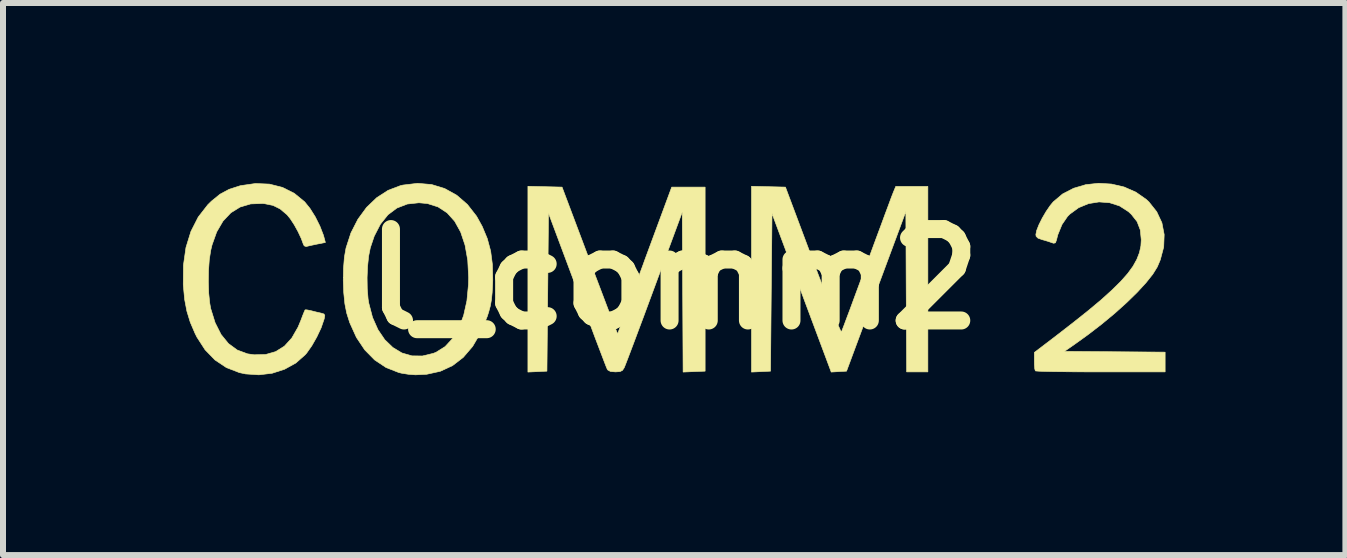
<source format=kicad_pcb>
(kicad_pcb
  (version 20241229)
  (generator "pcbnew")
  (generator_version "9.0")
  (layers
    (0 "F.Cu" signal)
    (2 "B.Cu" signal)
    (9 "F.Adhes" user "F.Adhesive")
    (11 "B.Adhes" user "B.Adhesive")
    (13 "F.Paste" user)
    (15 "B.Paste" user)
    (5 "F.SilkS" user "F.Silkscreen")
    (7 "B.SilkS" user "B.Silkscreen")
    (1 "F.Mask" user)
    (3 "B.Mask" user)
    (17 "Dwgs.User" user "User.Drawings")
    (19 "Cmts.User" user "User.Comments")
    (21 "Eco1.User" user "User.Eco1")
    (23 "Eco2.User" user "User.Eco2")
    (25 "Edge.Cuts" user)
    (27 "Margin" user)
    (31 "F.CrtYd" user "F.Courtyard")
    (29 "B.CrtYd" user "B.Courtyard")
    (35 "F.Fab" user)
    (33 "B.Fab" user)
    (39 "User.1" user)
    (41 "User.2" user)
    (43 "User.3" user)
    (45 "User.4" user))
  (footprint "l_comm2"
    (layer "F.Cu")
    (at 8.184 1.603)
    (property "Reference" "l_comm2" (at 0 0 0) (layer "F.SilkS") (effects (font (size 1.524 1.524) (thickness 0.3))))
    (attr through_hole)
    (fp_poly (pts (xy 1.576 -1.541) (xy 1.859 -1.534) (xy 2.317 -0.312) (xy 2.405 -0.077) (xy 2.489 0.142) (xy 2.566 0.341) (xy 2.634 0.515) (xy 2.693 0.66) (xy 2.739 0.772) (xy 2.772 0.846) (xy 2.79 0.879) (xy 2.792 0.88) (xy 2.804 0.85) (xy 2.832 0.778) (xy 2.873 0.668) (xy 2.927 0.525) (xy 2.99 0.354) (xy 3.062 0.159) (xy 3.141 -0.054) (xy 3.214 -0.254) (xy 3.298 -0.482) (xy 3.378 -0.699) (xy 3.452 -0.898) (xy 3.517 -1.075) (xy 3.573 -1.224) (xy 3.616 -1.341) (xy 3.646 -1.419) (xy 3.659 -1.452) (xy 3.698 -1.546) (xy 4.233 -1.546) (xy 4.233 1.546) (xy 3.879 1.546) (xy 3.872 0.21) (xy 3.866 -1.127) (xy 2.877 1.534) (xy 2.749 1.541) (xy 2.622 1.549) (xy 2.128 0.227) (xy 1.635 -1.094) (xy 1.622 0.22) (xy 1.61 1.534) (xy 1.293 1.549) (xy 1.293 -1.548) (xy 1.576 -1.541)) (stroke (width 0.01) (type solid)) (fill yes) (layer "F.SilkS"))
    (fp_poly (pts (xy -2.149 -1.541) (xy -1.865 -1.534) (xy -1.402 -0.304) (xy -1.314 -0.068) (xy -1.23 0.153) (xy -1.154 0.354) (xy -1.087 0.531) (xy -1.03 0.679) (xy -0.985 0.795) (xy -0.955 0.873) (xy -0.939 0.91) (xy -0.938 0.913) (xy -0.929 0.887) (xy -0.904 0.818) (xy -0.865 0.711) (xy -0.813 0.57) (xy -0.751 0.4) (xy -0.679 0.204) (xy -0.599 -0.012) (xy -0.513 -0.244) (xy -0.487 -0.317) (xy -0.037 -1.534) (xy 0.52 -1.534) (xy 0.52 1.534) (xy 0.336 1.541) (xy 0.153 1.549) (xy 0.146 0.215) (xy 0.139 -1.118) (xy -0.328 0.144) (xy -0.418 0.387) (xy -0.503 0.617) (xy -0.583 0.83) (xy -0.654 1.02) (xy -0.716 1.184) (xy -0.766 1.316) (xy -0.803 1.412) (xy -0.825 1.467) (xy -0.829 1.477) (xy -0.858 1.521) (xy -0.899 1.541) (xy -0.971 1.546) (xy -0.976 1.546) (xy -1.058 1.539) (xy -1.103 1.514) (xy -1.111 1.502) (xy -1.125 1.47) (xy -1.154 1.396) (xy -1.197 1.283) (xy -1.253 1.136) (xy -1.32 0.96) (xy -1.395 0.758) (xy -1.479 0.537) (xy -1.568 0.3) (xy -1.613 0.178) (xy -2.091 -1.101) (xy -2.104 0.216) (xy -2.117 1.534) (xy -2.434 1.549) (xy -2.434 -1.548) (xy -2.149 -1.541)) (stroke (width 0.01) (type solid)) (fill yes) (layer "F.SilkS"))
    (fp_poly (pts (xy 7.294 -1.585) (xy 7.504 -1.536) (xy 7.7 -1.45) (xy 7.873 -1.329) (xy 7.917 -1.288) (xy 8.048 -1.123) (xy 8.134 -0.94) (xy 8.172 -0.743) (xy 8.164 -0.535) (xy 8.107 -0.321) (xy 8.057 -0.203) (xy 7.982 -0.082) (xy 7.869 0.06) (xy 7.723 0.219) (xy 7.548 0.39) (xy 7.35 0.568) (xy 7.133 0.748) (xy 6.902 0.926) (xy 6.709 1.065) (xy 6.51 1.204) (xy 8.188 1.217) (xy 8.188 1.546) (xy 7.115 1.546) (xy 6.886 1.546) (xy 6.674 1.545) (xy 6.482 1.543) (xy 6.317 1.541) (xy 6.184 1.538) (xy 6.088 1.535) (xy 6.034 1.531) (xy 6.025 1.529) (xy 6.015 1.497) (xy 6.009 1.43) (xy 6.008 1.367) (xy 6.008 1.222) (xy 6.369 0.947) (xy 6.659 0.722) (xy 6.91 0.522) (xy 7.123 0.344) (xy 7.301 0.183) (xy 7.447 0.039) (xy 7.564 -0.093) (xy 7.653 -0.215) (xy 7.717 -0.331) (xy 7.76 -0.442) (xy 7.784 -0.553) (xy 7.79 -0.656) (xy 7.774 -0.82) (xy 7.721 -0.958) (xy 7.624 -1.081) (xy 7.575 -1.126) (xy 7.427 -1.221) (xy 7.261 -1.274) (xy 7.086 -1.287) (xy 6.911 -1.259) (xy 6.746 -1.191) (xy 6.601 -1.085) (xy 6.561 -1.045) (xy 6.468 -0.909) (xy 6.398 -0.737) (xy 6.377 -0.653) (xy 6.36 -0.606) (xy 6.33 -0.598) (xy 6.302 -0.607) (xy 6.239 -0.629) (xy 6.157 -0.653) (xy 6.138 -0.658) (xy 6.069 -0.683) (xy 6.038 -0.713) (xy 6.033 -0.743) (xy 6.047 -0.812) (xy 6.085 -0.908) (xy 6.14 -1.018) (xy 6.205 -1.129) (xy 6.274 -1.229) (xy 6.323 -1.288) (xy 6.479 -1.42) (xy 6.663 -1.515) (xy 6.866 -1.575) (xy 7.079 -1.598) (xy 7.294 -1.585)) (stroke (width 0.01) (type solid)) (fill yes) (layer "F.SilkS"))
    (fp_poly (pts (xy -4.039 -1.577) (xy -3.821 -1.51) (xy -3.621 -1.399) (xy -3.443 -1.245) (xy -3.29 -1.049) (xy -3.196 -0.879) (xy -3.111 -0.675) (xy -3.055 -0.467) (xy -3.026 -0.243) (xy -3.02 0.01) (xy -3.022 0.074) (xy -3.03 0.225) (xy -3.042 0.343) (xy -3.06 0.445) (xy -3.088 0.548) (xy -3.112 0.622) (xy -3.223 0.895) (xy -3.356 1.122) (xy -3.512 1.304) (xy -3.691 1.442) (xy -3.895 1.536) (xy -4.122 1.586) (xy -4.307 1.595) (xy -4.42 1.587) (xy -4.54 1.568) (xy -4.586 1.557) (xy -4.798 1.474) (xy -4.989 1.347) (xy -5.154 1.179) (xy -5.293 0.971) (xy -5.404 0.726) (xy -5.455 0.565) (xy -5.485 0.413) (xy -5.504 0.227) (xy -5.512 0.024) (xy -5.511 -0.024) (xy -5.115 -0.024) (xy -5.112 0.163) (xy -5.098 0.332) (xy -5.086 0.403) (xy -5.024 0.639) (xy -4.934 0.842) (xy -4.82 1.01) (xy -4.685 1.14) (xy -4.534 1.231) (xy -4.368 1.279) (xy -4.192 1.281) (xy -4.01 1.237) (xy -3.963 1.218) (xy -3.815 1.125) (xy -3.689 0.989) (xy -3.584 0.815) (xy -3.505 0.604) (xy -3.451 0.362) (xy -3.425 0.091) (xy -3.422 -0.025) (xy -3.437 -0.314) (xy -3.482 -0.567) (xy -3.555 -0.785) (xy -3.655 -0.965) (xy -3.781 -1.105) (xy -3.932 -1.204) (xy -4.108 -1.26) (xy -4.251 -1.273) (xy -4.445 -1.252) (xy -4.618 -1.185) (xy -4.767 -1.073) (xy -4.893 -0.916) (xy -4.996 -0.716) (xy -5.061 -0.524) (xy -5.089 -0.384) (xy -5.107 -0.212) (xy -5.115 -0.024) (xy -5.511 -0.024) (xy -5.508 -0.179) (xy -5.493 -0.366) (xy -5.466 -0.519) (xy -5.384 -0.771) (xy -5.268 -0.998) (xy -5.124 -1.195) (xy -4.955 -1.357) (xy -4.765 -1.48) (xy -4.56 -1.558) (xy -4.517 -1.568) (xy -4.273 -1.597) (xy -4.039 -1.577)) (stroke (width 0.01) (type solid)) (fill yes) (layer "F.SilkS"))
    (fp_poly (pts (xy -6.742 -1.584) (xy -6.525 -1.529) (xy -6.328 -1.43) (xy -6.156 -1.289) (xy -6.156 -1.289) (xy -6.067 -1.179) (xy -5.979 -1.039) (xy -5.902 -0.885) (xy -5.845 -0.738) (xy -5.835 -0.705) (xy -5.81 -0.611) (xy -5.953 -0.583) (xy -6.038 -0.565) (xy -6.104 -0.55) (xy -6.131 -0.543) (xy -6.163 -0.555) (xy -6.178 -0.584) (xy -6.212 -0.677) (xy -6.265 -0.79) (xy -6.329 -0.906) (xy -6.395 -1.007) (xy -6.449 -1.073) (xy -6.564 -1.17) (xy -6.683 -1.229) (xy -6.825 -1.258) (xy -6.858 -1.261) (xy -7.055 -1.254) (xy -7.231 -1.202) (xy -7.386 -1.106) (xy -7.517 -0.967) (xy -7.622 -0.787) (xy -7.7 -0.569) (xy -7.721 -0.481) (xy -7.745 -0.328) (xy -7.758 -0.146) (xy -7.761 0.046) (xy -7.755 0.234) (xy -7.738 0.399) (xy -7.722 0.49) (xy -7.648 0.727) (xy -7.549 0.923) (xy -7.426 1.074) (xy -7.279 1.182) (xy -7.109 1.245) (xy -6.998 1.261) (xy -6.805 1.256) (xy -6.638 1.208) (xy -6.493 1.117) (xy -6.37 0.982) (xy -6.266 0.801) (xy -6.22 0.691) (xy -6.188 0.606) (xy -6.162 0.542) (xy -6.148 0.512) (xy -6.148 0.512) (xy -6.12 0.512) (xy -6.063 0.523) (xy -6.042 0.528) (xy -5.959 0.549) (xy -5.884 0.566) (xy -5.877 0.568) (xy -5.834 0.581) (xy -5.82 0.606) (xy -5.829 0.658) (xy -5.835 0.678) (xy -5.882 0.814) (xy -5.953 0.964) (xy -6.036 1.11) (xy -6.121 1.231) (xy -6.145 1.259) (xy -6.302 1.398) (xy -6.49 1.502) (xy -6.698 1.569) (xy -6.918 1.595) (xy -7.141 1.58) (xy -7.244 1.558) (xy -7.461 1.474) (xy -7.651 1.347) (xy -7.815 1.178) (xy -7.952 0.966) (xy -7.982 0.906) (xy -8.063 0.717) (xy -8.119 0.534) (xy -8.156 0.34) (xy -8.177 0.116) (xy -8.179 0.089) (xy -8.176 -0.233) (xy -8.134 -0.528) (xy -8.051 -0.796) (xy -7.93 -1.034) (xy -7.77 -1.24) (xy -7.709 -1.3) (xy -7.566 -1.416) (xy -7.415 -1.497) (xy -7.236 -1.555) (xy -7.219 -1.559) (xy -6.975 -1.594) (xy -6.742 -1.584)) (stroke (width 0.01) (type solid)) (fill yes) (layer "F.SilkS")))
  (gr_rect
    (start -3 -3)
    (end 19.377 6.203)
    (stroke (width 0.1) (type default))
    (fill no)
    (layer "Edge.Cuts")))
</source>
